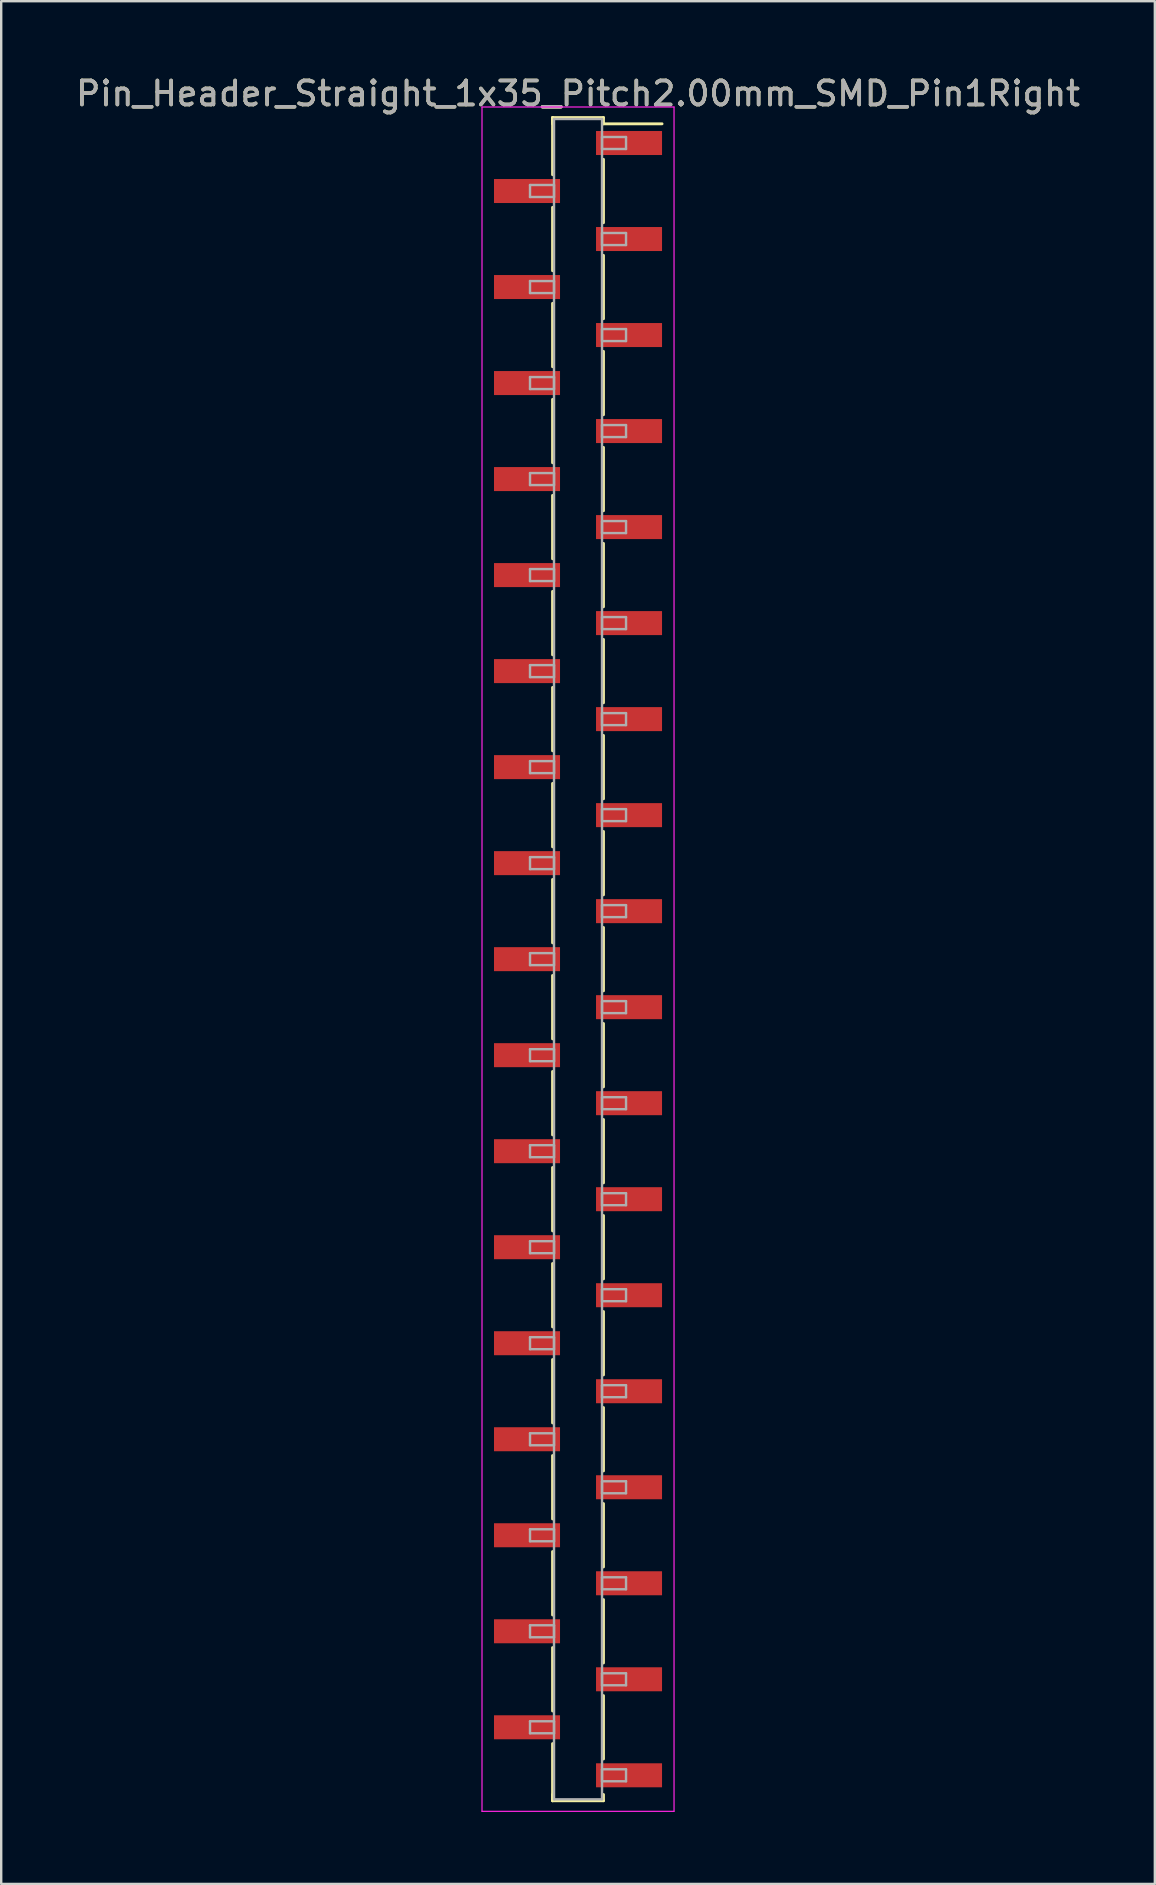
<source format=kicad_pcb>
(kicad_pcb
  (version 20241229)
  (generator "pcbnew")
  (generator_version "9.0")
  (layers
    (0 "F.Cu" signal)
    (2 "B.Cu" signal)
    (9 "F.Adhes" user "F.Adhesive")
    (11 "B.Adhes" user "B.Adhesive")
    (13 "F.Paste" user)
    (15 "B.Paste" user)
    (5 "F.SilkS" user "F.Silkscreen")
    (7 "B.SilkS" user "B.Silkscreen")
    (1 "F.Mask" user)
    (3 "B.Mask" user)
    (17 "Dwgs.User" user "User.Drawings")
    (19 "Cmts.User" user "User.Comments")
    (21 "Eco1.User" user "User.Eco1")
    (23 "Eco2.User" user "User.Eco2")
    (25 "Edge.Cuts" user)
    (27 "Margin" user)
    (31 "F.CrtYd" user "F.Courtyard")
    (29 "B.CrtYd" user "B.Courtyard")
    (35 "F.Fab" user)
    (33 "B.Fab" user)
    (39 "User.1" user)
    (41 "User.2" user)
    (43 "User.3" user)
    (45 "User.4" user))
  (footprint "Pin_Header_Straight_1x35_Pitch2.00mm_SMD_Pin1Right"
    (layer "F.Cu")
    (at 21.03 36.908)
    (property "Reference" "Pin_Header_Straight_1x35_Pitch2.00mm_SMD_Pin1Right" (at 0 -36.06 0) (layer "F.SilkS") (effects (font (size 1 1) (thickness 0.15))))
    (attr smd)
    (fp_line (start -1.06 -35.06) (end -1.06 -32.68) (stroke (width 0.12) (type solid)) (layer "F.SilkS"))
    (fp_line (start -1.06 -35.06) (end 1.06 -35.06) (stroke (width 0.12) (type solid)) (layer "F.SilkS"))
    (fp_line (start -1.06 -34.8) (end -1.06 -35.06) (stroke (width 0.12) (type solid)) (layer "F.SilkS"))
    (fp_line (start -1.06 -31.32) (end -1.06 -28.68) (stroke (width 0.12) (type solid)) (layer "F.SilkS"))
    (fp_line (start -1.06 -27.32) (end -1.06 -24.68) (stroke (width 0.12) (type solid)) (layer "F.SilkS"))
    (fp_line (start -1.06 -23.32) (end -1.06 -20.68) (stroke (width 0.12) (type solid)) (layer "F.SilkS"))
    (fp_line (start -1.06 -19.32) (end -1.06 -16.68) (stroke (width 0.12) (type solid)) (layer "F.SilkS"))
    (fp_line (start -1.06 -15.32) (end -1.06 -12.68) (stroke (width 0.12) (type solid)) (layer "F.SilkS"))
    (fp_line (start -1.06 -11.32) (end -1.06 -8.68) (stroke (width 0.12) (type solid)) (layer "F.SilkS"))
    (fp_line (start -1.06 -7.32) (end -1.06 -4.68) (stroke (width 0.12) (type solid)) (layer "F.SilkS"))
    (fp_line (start -1.06 -3.32) (end -1.06 -0.68) (stroke (width 0.12) (type solid)) (layer "F.SilkS"))
    (fp_line (start -1.06 0.68) (end -1.06 3.32) (stroke (width 0.12) (type solid)) (layer "F.SilkS"))
    (fp_line (start -1.06 4.68) (end -1.06 7.32) (stroke (width 0.12) (type solid)) (layer "F.SilkS"))
    (fp_line (start -1.06 8.68) (end -1.06 11.32) (stroke (width 0.12) (type solid)) (layer "F.SilkS"))
    (fp_line (start -1.06 12.68) (end -1.06 15.32) (stroke (width 0.12) (type solid)) (layer "F.SilkS"))
    (fp_line (start -1.06 16.68) (end -1.06 19.32) (stroke (width 0.12) (type solid)) (layer "F.SilkS"))
    (fp_line (start -1.06 20.68) (end -1.06 23.32) (stroke (width 0.12) (type solid)) (layer "F.SilkS"))
    (fp_line (start -1.06 24.68) (end -1.06 27.32) (stroke (width 0.12) (type solid)) (layer "F.SilkS"))
    (fp_line (start -1.06 28.68) (end -1.06 31.32) (stroke (width 0.12) (type solid)) (layer "F.SilkS"))
    (fp_line (start -1.06 32.68) (end -1.06 35.06) (stroke (width 0.12) (type solid)) (layer "F.SilkS"))
    (fp_line (start -1.06 34.8) (end -1.06 35.06) (stroke (width 0.12) (type solid)) (layer "F.SilkS"))
    (fp_line (start -1.06 35.06) (end 1.06 35.06) (stroke (width 0.12) (type solid)) (layer "F.SilkS"))
    (fp_line (start 1.06 -35.06) (end 1.06 -34.8) (stroke (width 0.12) (type solid)) (layer "F.SilkS"))
    (fp_line (start 1.06 -34.8) (end 3.5 -34.8) (stroke (width 0.12) (type solid)) (layer "F.SilkS"))
    (fp_line (start 1.06 -33.32) (end 1.06 -30.68) (stroke (width 0.12) (type solid)) (layer "F.SilkS"))
    (fp_line (start 1.06 -29.32) (end 1.06 -26.68) (stroke (width 0.12) (type solid)) (layer "F.SilkS"))
    (fp_line (start 1.06 -25.32) (end 1.06 -22.68) (stroke (width 0.12) (type solid)) (layer "F.SilkS"))
    (fp_line (start 1.06 -21.32) (end 1.06 -18.68) (stroke (width 0.12) (type solid)) (layer "F.SilkS"))
    (fp_line (start 1.06 -17.32) (end 1.06 -14.68) (stroke (width 0.12) (type solid)) (layer "F.SilkS"))
    (fp_line (start 1.06 -13.32) (end 1.06 -10.68) (stroke (width 0.12) (type solid)) (layer "F.SilkS"))
    (fp_line (start 1.06 -9.32) (end 1.06 -6.68) (stroke (width 0.12) (type solid)) (layer "F.SilkS"))
    (fp_line (start 1.06 -5.32) (end 1.06 -2.68) (stroke (width 0.12) (type solid)) (layer "F.SilkS"))
    (fp_line (start 1.06 -1.32) (end 1.06 1.32) (stroke (width 0.12) (type solid)) (layer "F.SilkS"))
    (fp_line (start 1.06 2.68) (end 1.06 5.32) (stroke (width 0.12) (type solid)) (layer "F.SilkS"))
    (fp_line (start 1.06 6.68) (end 1.06 9.32) (stroke (width 0.12) (type solid)) (layer "F.SilkS"))
    (fp_line (start 1.06 10.68) (end 1.06 13.32) (stroke (width 0.12) (type solid)) (layer "F.SilkS"))
    (fp_line (start 1.06 14.68) (end 1.06 17.32) (stroke (width 0.12) (type solid)) (layer "F.SilkS"))
    (fp_line (start 1.06 18.68) (end 1.06 21.32) (stroke (width 0.12) (type solid)) (layer "F.SilkS"))
    (fp_line (start 1.06 22.68) (end 1.06 25.32) (stroke (width 0.12) (type solid)) (layer "F.SilkS"))
    (fp_line (start 1.06 26.68) (end 1.06 29.32) (stroke (width 0.12) (type solid)) (layer "F.SilkS"))
    (fp_line (start 1.06 30.68) (end 1.06 33.32) (stroke (width 0.12) (type solid)) (layer "F.SilkS"))
    (fp_line (start 1.06 35.06) (end 1.06 34.8) (stroke (width 0.12) (type solid)) (layer "F.SilkS"))
    (fp_line (start -4 -35.5) (end -4 35.5) (stroke (width 0.05) (type solid)) (layer "F.CrtYd"))
    (fp_line (start -4 35.5) (end 4 35.5) (stroke (width 0.05) (type solid)) (layer "F.CrtYd"))
    (fp_line (start 4 -35.5) (end -4 -35.5) (stroke (width 0.05) (type solid)) (layer "F.CrtYd"))
    (fp_line (start 4 35.5) (end 4 -35.5) (stroke (width 0.05) (type solid)) (layer "F.CrtYd"))
    (fp_line (start -2 -32.25) (end -1 -32.25) (stroke (width 0.1) (type solid)) (layer "F.Fab"))
    (fp_line (start -2 -31.75) (end -2 -32.25) (stroke (width 0.1) (type solid)) (layer "F.Fab"))
    (fp_line (start -2 -28.25) (end -1 -28.25) (stroke (width 0.1) (type solid)) (layer "F.Fab"))
    (fp_line (start -2 -27.75) (end -2 -28.25) (stroke (width 0.1) (type solid)) (layer "F.Fab"))
    (fp_line (start -2 -24.25) (end -1 -24.25) (stroke (width 0.1) (type solid)) (layer "F.Fab"))
    (fp_line (start -2 -23.75) (end -2 -24.25) (stroke (width 0.1) (type solid)) (layer "F.Fab"))
    (fp_line (start -2 -20.25) (end -1 -20.25) (stroke (width 0.1) (type solid)) (layer "F.Fab"))
    (fp_line (start -2 -19.75) (end -2 -20.25) (stroke (width 0.1) (type solid)) (layer "F.Fab"))
    (fp_line (start -2 -16.25) (end -1 -16.25) (stroke (width 0.1) (type solid)) (layer "F.Fab"))
    (fp_line (start -2 -15.75) (end -2 -16.25) (stroke (width 0.1) (type solid)) (layer "F.Fab"))
    (fp_line (start -2 -12.25) (end -1 -12.25) (stroke (width 0.1) (type solid)) (layer "F.Fab"))
    (fp_line (start -2 -11.75) (end -2 -12.25) (stroke (width 0.1) (type solid)) (layer "F.Fab"))
    (fp_line (start -2 -8.25) (end -1 -8.25) (stroke (width 0.1) (type solid)) (layer "F.Fab"))
    (fp_line (start -2 -7.75) (end -2 -8.25) (stroke (width 0.1) (type solid)) (layer "F.Fab"))
    (fp_line (start -2 -4.25) (end -1 -4.25) (stroke (width 0.1) (type solid)) (layer "F.Fab"))
    (fp_line (start -2 -3.75) (end -2 -4.25) (stroke (width 0.1) (type solid)) (layer "F.Fab"))
    (fp_line (start -2 -0.25) (end -1 -0.25) (stroke (width 0.1) (type solid)) (layer "F.Fab"))
    (fp_line (start -2 0.25) (end -2 -0.25) (stroke (width 0.1) (type solid)) (layer "F.Fab"))
    (fp_line (start -2 3.75) (end -1 3.75) (stroke (width 0.1) (type solid)) (layer "F.Fab"))
    (fp_line (start -2 4.25) (end -2 3.75) (stroke (width 0.1) (type solid)) (layer "F.Fab"))
    (fp_line (start -2 7.75) (end -1 7.75) (stroke (width 0.1) (type solid)) (layer "F.Fab"))
    (fp_line (start -2 8.25) (end -2 7.75) (stroke (width 0.1) (type solid)) (layer "F.Fab"))
    (fp_line (start -2 11.75) (end -1 11.75) (stroke (width 0.1) (type solid)) (layer "F.Fab"))
    (fp_line (start -2 12.25) (end -2 11.75) (stroke (width 0.1) (type solid)) (layer "F.Fab"))
    (fp_line (start -2 15.75) (end -1 15.75) (stroke (width 0.1) (type solid)) (layer "F.Fab"))
    (fp_line (start -2 16.25) (end -2 15.75) (stroke (width 0.1) (type solid)) (layer "F.Fab"))
    (fp_line (start -2 19.75) (end -1 19.75) (stroke (width 0.1) (type solid)) (layer "F.Fab"))
    (fp_line (start -2 20.25) (end -2 19.75) (stroke (width 0.1) (type solid)) (layer "F.Fab"))
    (fp_line (start -2 23.75) (end -1 23.75) (stroke (width 0.1) (type solid)) (layer "F.Fab"))
    (fp_line (start -2 24.25) (end -2 23.75) (stroke (width 0.1) (type solid)) (layer "F.Fab"))
    (fp_line (start -2 27.75) (end -1 27.75) (stroke (width 0.1) (type solid)) (layer "F.Fab"))
    (fp_line (start -2 28.25) (end -2 27.75) (stroke (width 0.1) (type solid)) (layer "F.Fab"))
    (fp_line (start -2 31.75) (end -1 31.75) (stroke (width 0.1) (type solid)) (layer "F.Fab"))
    (fp_line (start -2 32.25) (end -2 31.75) (stroke (width 0.1) (type solid)) (layer "F.Fab"))
    (fp_line (start -1 -35) (end -1 35) (stroke (width 0.1) (type solid)) (layer "F.Fab"))
    (fp_line (start -1 -32.25) (end -1 -31.75) (stroke (width 0.1) (type solid)) (layer "F.Fab"))
    (fp_line (start -1 -31.75) (end -2 -31.75) (stroke (width 0.1) (type solid)) (layer "F.Fab"))
    (fp_line (start -1 -28.25) (end -1 -27.75) (stroke (width 0.1) (type solid)) (layer "F.Fab"))
    (fp_line (start -1 -27.75) (end -2 -27.75) (stroke (width 0.1) (type solid)) (layer "F.Fab"))
    (fp_line (start -1 -24.25) (end -1 -23.75) (stroke (width 0.1) (type solid)) (layer "F.Fab"))
    (fp_line (start -1 -23.75) (end -2 -23.75) (stroke (width 0.1) (type solid)) (layer "F.Fab"))
    (fp_line (start -1 -20.25) (end -1 -19.75) (stroke (width 0.1) (type solid)) (layer "F.Fab"))
    (fp_line (start -1 -19.75) (end -2 -19.75) (stroke (width 0.1) (type solid)) (layer "F.Fab"))
    (fp_line (start -1 -16.25) (end -1 -15.75) (stroke (width 0.1) (type solid)) (layer "F.Fab"))
    (fp_line (start -1 -15.75) (end -2 -15.75) (stroke (width 0.1) (type solid)) (layer "F.Fab"))
    (fp_line (start -1 -12.25) (end -1 -11.75) (stroke (width 0.1) (type solid)) (layer "F.Fab"))
    (fp_line (start -1 -11.75) (end -2 -11.75) (stroke (width 0.1) (type solid)) (layer "F.Fab"))
    (fp_line (start -1 -8.25) (end -1 -7.75) (stroke (width 0.1) (type solid)) (layer "F.Fab"))
    (fp_line (start -1 -7.75) (end -2 -7.75) (stroke (width 0.1) (type solid)) (layer "F.Fab"))
    (fp_line (start -1 -4.25) (end -1 -3.75) (stroke (width 0.1) (type solid)) (layer "F.Fab"))
    (fp_line (start -1 -3.75) (end -2 -3.75) (stroke (width 0.1) (type solid)) (layer "F.Fab"))
    (fp_line (start -1 -0.25) (end -1 0.25) (stroke (width 0.1) (type solid)) (layer "F.Fab"))
    (fp_line (start -1 0.25) (end -2 0.25) (stroke (width 0.1) (type solid)) (layer "F.Fab"))
    (fp_line (start -1 3.75) (end -1 4.25) (stroke (width 0.1) (type solid)) (layer "F.Fab"))
    (fp_line (start -1 4.25) (end -2 4.25) (stroke (width 0.1) (type solid)) (layer "F.Fab"))
    (fp_line (start -1 7.75) (end -1 8.25) (stroke (width 0.1) (type solid)) (layer "F.Fab"))
    (fp_line (start -1 8.25) (end -2 8.25) (stroke (width 0.1) (type solid)) (layer "F.Fab"))
    (fp_line (start -1 11.75) (end -1 12.25) (stroke (width 0.1) (type solid)) (layer "F.Fab"))
    (fp_line (start -1 12.25) (end -2 12.25) (stroke (width 0.1) (type solid)) (layer "F.Fab"))
    (fp_line (start -1 15.75) (end -1 16.25) (stroke (width 0.1) (type solid)) (layer "F.Fab"))
    (fp_line (start -1 16.25) (end -2 16.25) (stroke (width 0.1) (type solid)) (layer "F.Fab"))
    (fp_line (start -1 19.75) (end -1 20.25) (stroke (width 0.1) (type solid)) (layer "F.Fab"))
    (fp_line (start -1 20.25) (end -2 20.25) (stroke (width 0.1) (type solid)) (layer "F.Fab"))
    (fp_line (start -1 23.75) (end -1 24.25) (stroke (width 0.1) (type solid)) (layer "F.Fab"))
    (fp_line (start -1 24.25) (end -2 24.25) (stroke (width 0.1) (type solid)) (layer "F.Fab"))
    (fp_line (start -1 27.75) (end -1 28.25) (stroke (width 0.1) (type solid)) (layer "F.Fab"))
    (fp_line (start -1 28.25) (end -2 28.25) (stroke (width 0.1) (type solid)) (layer "F.Fab"))
    (fp_line (start -1 31.75) (end -1 32.25) (stroke (width 0.1) (type solid)) (layer "F.Fab"))
    (fp_line (start -1 32.25) (end -2 32.25) (stroke (width 0.1) (type solid)) (layer "F.Fab"))
    (fp_line (start -1 35) (end 1 35) (stroke (width 0.1) (type solid)) (layer "F.Fab"))
    (fp_line (start 1 -35) (end -1 -35) (stroke (width 0.1) (type solid)) (layer "F.Fab"))
    (fp_line (start 1 -34.25) (end 1 -33.75) (stroke (width 0.1) (type solid)) (layer "F.Fab"))
    (fp_line (start 1 -33.75) (end 2 -33.75) (stroke (width 0.1) (type solid)) (layer "F.Fab"))
    (fp_line (start 1 -30.25) (end 1 -29.75) (stroke (width 0.1) (type solid)) (layer "F.Fab"))
    (fp_line (start 1 -29.75) (end 2 -29.75) (stroke (width 0.1) (type solid)) (layer "F.Fab"))
    (fp_line (start 1 -26.25) (end 1 -25.75) (stroke (width 0.1) (type solid)) (layer "F.Fab"))
    (fp_line (start 1 -25.75) (end 2 -25.75) (stroke (width 0.1) (type solid)) (layer "F.Fab"))
    (fp_line (start 1 -22.25) (end 1 -21.75) (stroke (width 0.1) (type solid)) (layer "F.Fab"))
    (fp_line (start 1 -21.75) (end 2 -21.75) (stroke (width 0.1) (type solid)) (layer "F.Fab"))
    (fp_line (start 1 -18.25) (end 1 -17.75) (stroke (width 0.1) (type solid)) (layer "F.Fab"))
    (fp_line (start 1 -17.75) (end 2 -17.75) (stroke (width 0.1) (type solid)) (layer "F.Fab"))
    (fp_line (start 1 -14.25) (end 1 -13.75) (stroke (width 0.1) (type solid)) (layer "F.Fab"))
    (fp_line (start 1 -13.75) (end 2 -13.75) (stroke (width 0.1) (type solid)) (layer "F.Fab"))
    (fp_line (start 1 -10.25) (end 1 -9.75) (stroke (width 0.1) (type solid)) (layer "F.Fab"))
    (fp_line (start 1 -9.75) (end 2 -9.75) (stroke (width 0.1) (type solid)) (layer "F.Fab"))
    (fp_line (start 1 -6.25) (end 1 -5.75) (stroke (width 0.1) (type solid)) (layer "F.Fab"))
    (fp_line (start 1 -5.75) (end 2 -5.75) (stroke (width 0.1) (type solid)) (layer "F.Fab"))
    (fp_line (start 1 -2.25) (end 1 -1.75) (stroke (width 0.1) (type solid)) (layer "F.Fab"))
    (fp_line (start 1 -1.75) (end 2 -1.75) (stroke (width 0.1) (type solid)) (layer "F.Fab"))
    (fp_line (start 1 1.75) (end 1 2.25) (stroke (width 0.1) (type solid)) (layer "F.Fab"))
    (fp_line (start 1 2.25) (end 2 2.25) (stroke (width 0.1) (type solid)) (layer "F.Fab"))
    (fp_line (start 1 5.75) (end 1 6.25) (stroke (width 0.1) (type solid)) (layer "F.Fab"))
    (fp_line (start 1 6.25) (end 2 6.25) (stroke (width 0.1) (type solid)) (layer "F.Fab"))
    (fp_line (start 1 9.75) (end 1 10.25) (stroke (width 0.1) (type solid)) (layer "F.Fab"))
    (fp_line (start 1 10.25) (end 2 10.25) (stroke (width 0.1) (type solid)) (layer "F.Fab"))
    (fp_line (start 1 13.75) (end 1 14.25) (stroke (width 0.1) (type solid)) (layer "F.Fab"))
    (fp_line (start 1 14.25) (end 2 14.25) (stroke (width 0.1) (type solid)) (layer "F.Fab"))
    (fp_line (start 1 17.75) (end 1 18.25) (stroke (width 0.1) (type solid)) (layer "F.Fab"))
    (fp_line (start 1 18.25) (end 2 18.25) (stroke (width 0.1) (type solid)) (layer "F.Fab"))
    (fp_line (start 1 21.75) (end 1 22.25) (stroke (width 0.1) (type solid)) (layer "F.Fab"))
    (fp_line (start 1 22.25) (end 2 22.25) (stroke (width 0.1) (type solid)) (layer "F.Fab"))
    (fp_line (start 1 25.75) (end 1 26.25) (stroke (width 0.1) (type solid)) (layer "F.Fab"))
    (fp_line (start 1 26.25) (end 2 26.25) (stroke (width 0.1) (type solid)) (layer "F.Fab"))
    (fp_line (start 1 29.75) (end 1 30.25) (stroke (width 0.1) (type solid)) (layer "F.Fab"))
    (fp_line (start 1 30.25) (end 2 30.25) (stroke (width 0.1) (type solid)) (layer "F.Fab"))
    (fp_line (start 1 33.75) (end 1 34.25) (stroke (width 0.1) (type solid)) (layer "F.Fab"))
    (fp_line (start 1 34.25) (end 2 34.25) (stroke (width 0.1) (type solid)) (layer "F.Fab"))
    (fp_line (start 1 35) (end 1 -35) (stroke (width 0.1) (type solid)) (layer "F.Fab"))
    (fp_line (start 2 -34.25) (end 1 -34.25) (stroke (width 0.1) (type solid)) (layer "F.Fab"))
    (fp_line (start 2 -33.75) (end 2 -34.25) (stroke (width 0.1) (type solid)) (layer "F.Fab"))
    (fp_line (start 2 -30.25) (end 1 -30.25) (stroke (width 0.1) (type solid)) (layer "F.Fab"))
    (fp_line (start 2 -29.75) (end 2 -30.25) (stroke (width 0.1) (type solid)) (layer "F.Fab"))
    (fp_line (start 2 -26.25) (end 1 -26.25) (stroke (width 0.1) (type solid)) (layer "F.Fab"))
    (fp_line (start 2 -25.75) (end 2 -26.25) (stroke (width 0.1) (type solid)) (layer "F.Fab"))
    (fp_line (start 2 -22.25) (end 1 -22.25) (stroke (width 0.1) (type solid)) (layer "F.Fab"))
    (fp_line (start 2 -21.75) (end 2 -22.25) (stroke (width 0.1) (type solid)) (layer "F.Fab"))
    (fp_line (start 2 -18.25) (end 1 -18.25) (stroke (width 0.1) (type solid)) (layer "F.Fab"))
    (fp_line (start 2 -17.75) (end 2 -18.25) (stroke (width 0.1) (type solid)) (layer "F.Fab"))
    (fp_line (start 2 -14.25) (end 1 -14.25) (stroke (width 0.1) (type solid)) (layer "F.Fab"))
    (fp_line (start 2 -13.75) (end 2 -14.25) (stroke (width 0.1) (type solid)) (layer "F.Fab"))
    (fp_line (start 2 -10.25) (end 1 -10.25) (stroke (width 0.1) (type solid)) (layer "F.Fab"))
    (fp_line (start 2 -9.75) (end 2 -10.25) (stroke (width 0.1) (type solid)) (layer "F.Fab"))
    (fp_line (start 2 -6.25) (end 1 -6.25) (stroke (width 0.1) (type solid)) (layer "F.Fab"))
    (fp_line (start 2 -5.75) (end 2 -6.25) (stroke (width 0.1) (type solid)) (layer "F.Fab"))
    (fp_line (start 2 -2.25) (end 1 -2.25) (stroke (width 0.1) (type solid)) (layer "F.Fab"))
    (fp_line (start 2 -1.75) (end 2 -2.25) (stroke (width 0.1) (type solid)) (layer "F.Fab"))
    (fp_line (start 2 1.75) (end 1 1.75) (stroke (width 0.1) (type solid)) (layer "F.Fab"))
    (fp_line (start 2 2.25) (end 2 1.75) (stroke (width 0.1) (type solid)) (layer "F.Fab"))
    (fp_line (start 2 5.75) (end 1 5.75) (stroke (width 0.1) (type solid)) (layer "F.Fab"))
    (fp_line (start 2 6.25) (end 2 5.75) (stroke (width 0.1) (type solid)) (layer "F.Fab"))
    (fp_line (start 2 9.75) (end 1 9.75) (stroke (width 0.1) (type solid)) (layer "F.Fab"))
    (fp_line (start 2 10.25) (end 2 9.75) (stroke (width 0.1) (type solid)) (layer "F.Fab"))
    (fp_line (start 2 13.75) (end 1 13.75) (stroke (width 0.1) (type solid)) (layer "F.Fab"))
    (fp_line (start 2 14.25) (end 2 13.75) (stroke (width 0.1) (type solid)) (layer "F.Fab"))
    (fp_line (start 2 17.75) (end 1 17.75) (stroke (width 0.1) (type solid)) (layer "F.Fab"))
    (fp_line (start 2 18.25) (end 2 17.75) (stroke (width 0.1) (type solid)) (layer "F.Fab"))
    (fp_line (start 2 21.75) (end 1 21.75) (stroke (width 0.1) (type solid)) (layer "F.Fab"))
    (fp_line (start 2 22.25) (end 2 21.75) (stroke (width 0.1) (type solid)) (layer "F.Fab"))
    (fp_line (start 2 25.75) (end 1 25.75) (stroke (width 0.1) (type solid)) (layer "F.Fab"))
    (fp_line (start 2 26.25) (end 2 25.75) (stroke (width 0.1) (type solid)) (layer "F.Fab"))
    (fp_line (start 2 29.75) (end 1 29.75) (stroke (width 0.1) (type solid)) (layer "F.Fab"))
    (fp_line (start 2 30.25) (end 2 29.75) (stroke (width 0.1) (type solid)) (layer "F.Fab"))
    (fp_line (start 2 33.75) (end 1 33.75) (stroke (width 0.1) (type solid)) (layer "F.Fab"))
    (fp_line (start 2 34.25) (end 2 33.75) (stroke (width 0.1) (type solid)) (layer "F.Fab"))
    (fp_text user "${REFERENCE}" (at 0 -36.06 0) (layer "F.Fab") (effects (font (size 1 1) (thickness 0.15))))
    (pad "1" smd rect (at 2.125 -34) (size 2.75 1) (layers "F.Cu" "F.Mask" "F.Paste"))
    (pad "2" smd rect (at -2.125 -32) (size 2.75 1) (layers "F.Cu" "F.Mask" "F.Paste"))
    (pad "3" smd rect (at 2.125 -30) (size 2.75 1) (layers "F.Cu" "F.Mask" "F.Paste"))
    (pad "4" smd rect (at -2.125 -28) (size 2.75 1) (layers "F.Cu" "F.Mask" "F.Paste"))
    (pad "5" smd rect (at 2.125 -26) (size 2.75 1) (layers "F.Cu" "F.Mask" "F.Paste"))
    (pad "6" smd rect (at -2.125 -24) (size 2.75 1) (layers "F.Cu" "F.Mask" "F.Paste"))
    (pad "7" smd rect (at 2.125 -22) (size 2.75 1) (layers "F.Cu" "F.Mask" "F.Paste"))
    (pad "8" smd rect (at -2.125 -20) (size 2.75 1) (layers "F.Cu" "F.Mask" "F.Paste"))
    (pad "9" smd rect (at 2.125 -18) (size 2.75 1) (layers "F.Cu" "F.Mask" "F.Paste"))
    (pad "10" smd rect (at -2.125 -16) (size 2.75 1) (layers "F.Cu" "F.Mask" "F.Paste"))
    (pad "11" smd rect (at 2.125 -14) (size 2.75 1) (layers "F.Cu" "F.Mask" "F.Paste"))
    (pad "12" smd rect (at -2.125 -12) (size 2.75 1) (layers "F.Cu" "F.Mask" "F.Paste"))
    (pad "13" smd rect (at 2.125 -10) (size 2.75 1) (layers "F.Cu" "F.Mask" "F.Paste"))
    (pad "14" smd rect (at -2.125 -8) (size 2.75 1) (layers "F.Cu" "F.Mask" "F.Paste"))
    (pad "15" smd rect (at 2.125 -6) (size 2.75 1) (layers "F.Cu" "F.Mask" "F.Paste"))
    (pad "16" smd rect (at -2.125 -4) (size 2.75 1) (layers "F.Cu" "F.Mask" "F.Paste"))
    (pad "17" smd rect (at 2.125 -2) (size 2.75 1) (layers "F.Cu" "F.Mask" "F.Paste"))
    (pad "18" smd rect (at -2.125 0) (size 2.75 1) (layers "F.Cu" "F.Mask" "F.Paste"))
    (pad "19" smd rect (at 2.125 2) (size 2.75 1) (layers "F.Cu" "F.Mask" "F.Paste"))
    (pad "20" smd rect (at -2.125 4) (size 2.75 1) (layers "F.Cu" "F.Mask" "F.Paste"))
    (pad "21" smd rect (at 2.125 6) (size 2.75 1) (layers "F.Cu" "F.Mask" "F.Paste"))
    (pad "22" smd rect (at -2.125 8) (size 2.75 1) (layers "F.Cu" "F.Mask" "F.Paste"))
    (pad "23" smd rect (at 2.125 10) (size 2.75 1) (layers "F.Cu" "F.Mask" "F.Paste"))
    (pad "24" smd rect (at -2.125 12) (size 2.75 1) (layers "F.Cu" "F.Mask" "F.Paste"))
    (pad "25" smd rect (at 2.125 14) (size 2.75 1) (layers "F.Cu" "F.Mask" "F.Paste"))
    (pad "26" smd rect (at -2.125 16) (size 2.75 1) (layers "F.Cu" "F.Mask" "F.Paste"))
    (pad "27" smd rect (at 2.125 18) (size 2.75 1) (layers "F.Cu" "F.Mask" "F.Paste"))
    (pad "28" smd rect (at -2.125 20) (size 2.75 1) (layers "F.Cu" "F.Mask" "F.Paste"))
    (pad "29" smd rect (at 2.125 22) (size 2.75 1) (layers "F.Cu" "F.Mask" "F.Paste"))
    (pad "30" smd rect (at -2.125 24) (size 2.75 1) (layers "F.Cu" "F.Mask" "F.Paste"))
    (pad "31" smd rect (at 2.125 26) (size 2.75 1) (layers "F.Cu" "F.Mask" "F.Paste"))
    (pad "32" smd rect (at -2.125 28) (size 2.75 1) (layers "F.Cu" "F.Mask" "F.Paste"))
    (pad "33" smd rect (at 2.125 30) (size 2.75 1) (layers "F.Cu" "F.Mask" "F.Paste"))
    (pad "34" smd rect (at -2.125 32) (size 2.75 1) (layers "F.Cu" "F.Mask" "F.Paste"))
    (pad "35" smd rect (at 2.125 34) (size 2.75 1) (layers "F.Cu" "F.Mask" "F.Paste")))
  (gr_rect
    (start -3 -3)
    (end 45.06 75.433)
    (stroke (width 0.1) (type default))
    (fill no)
    (layer "Edge.Cuts")))
</source>
